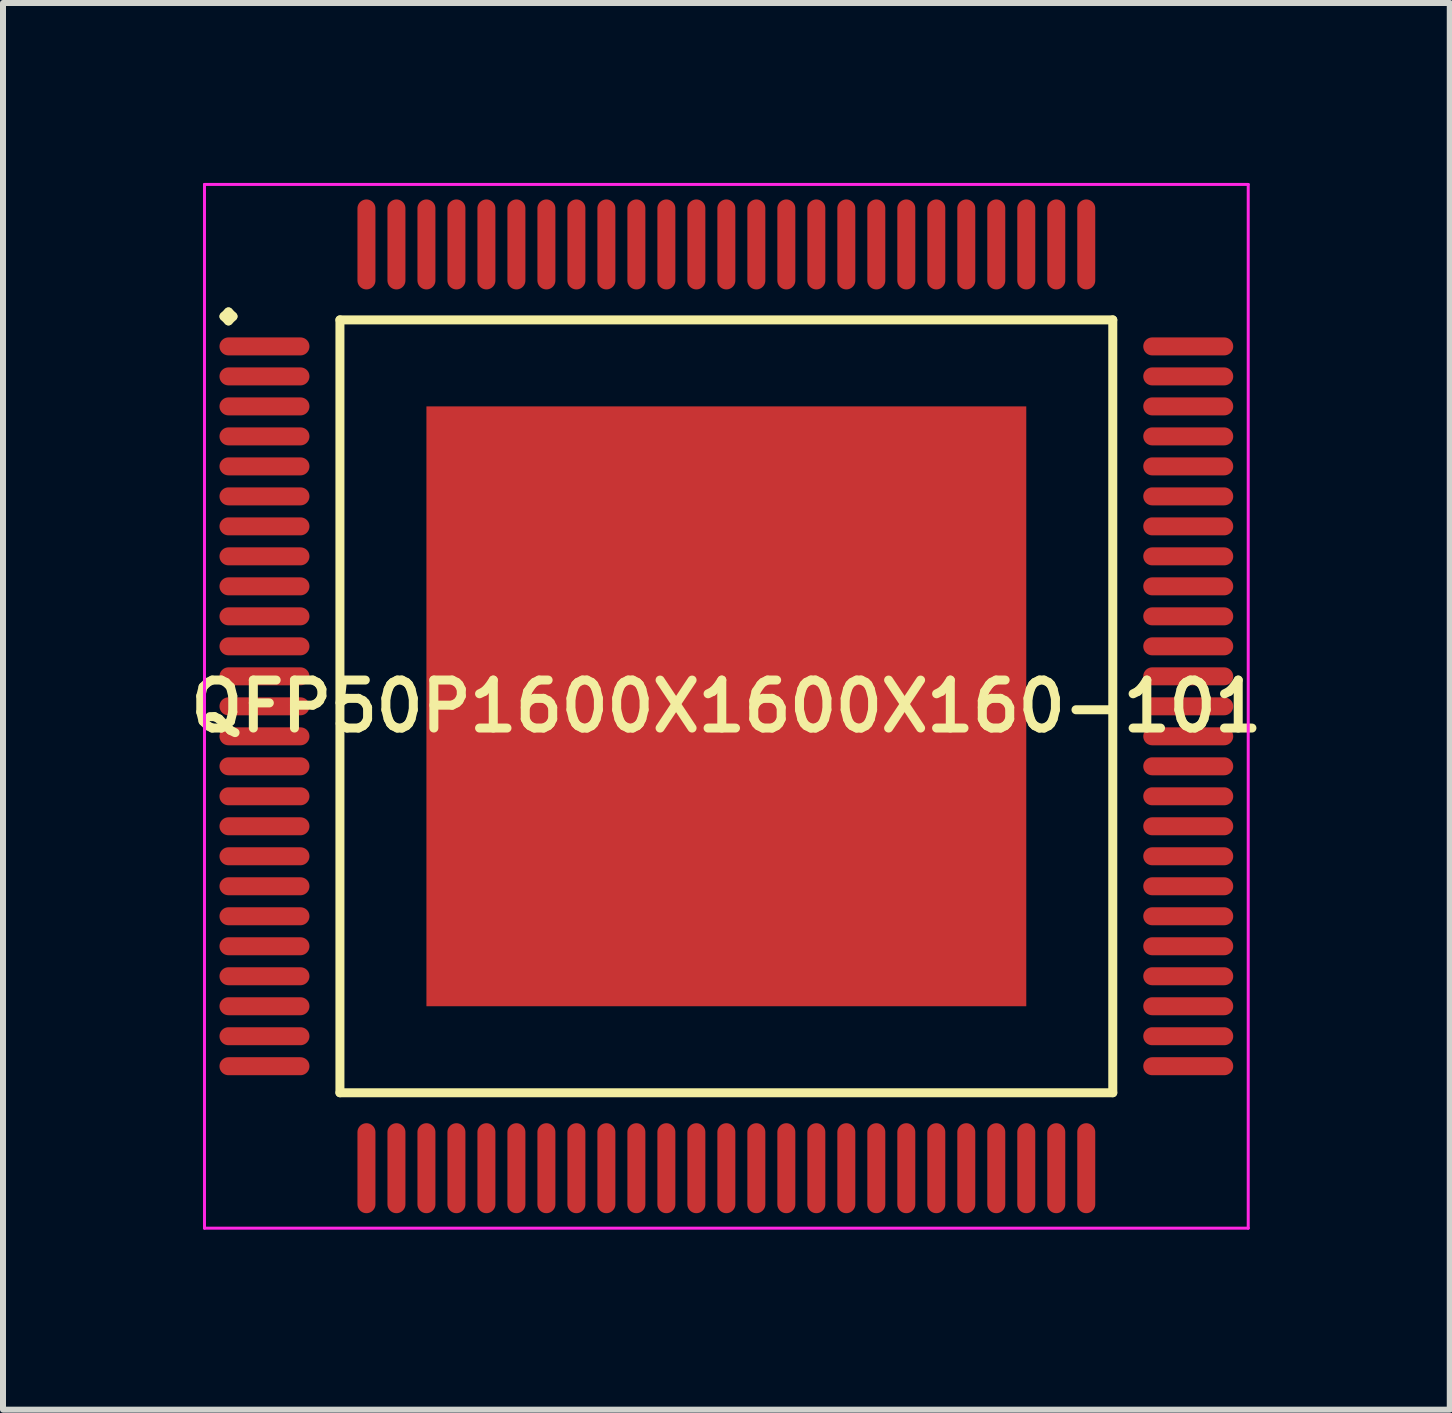
<source format=kicad_pcb>
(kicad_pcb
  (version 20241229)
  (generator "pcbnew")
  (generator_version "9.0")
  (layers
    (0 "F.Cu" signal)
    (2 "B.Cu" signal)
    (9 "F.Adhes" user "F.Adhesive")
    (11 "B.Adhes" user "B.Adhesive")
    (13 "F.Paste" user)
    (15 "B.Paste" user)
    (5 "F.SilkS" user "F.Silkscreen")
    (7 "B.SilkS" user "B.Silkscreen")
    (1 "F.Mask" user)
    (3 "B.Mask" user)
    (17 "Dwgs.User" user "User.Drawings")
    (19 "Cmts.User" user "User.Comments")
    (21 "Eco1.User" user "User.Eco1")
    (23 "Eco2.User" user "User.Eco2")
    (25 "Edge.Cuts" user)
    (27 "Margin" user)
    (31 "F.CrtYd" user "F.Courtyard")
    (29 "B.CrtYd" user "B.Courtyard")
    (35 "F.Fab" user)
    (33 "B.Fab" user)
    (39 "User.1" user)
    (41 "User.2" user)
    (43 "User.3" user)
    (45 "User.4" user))
  (footprint "QFP50P1600X1600X160-101"
    (layer "F.Cu")
    (at 9.059 8.725)
    (property "Reference" "QFP50P1600X1600X160-101" (at 0 0 0) (layer "F.SilkS") (effects (font (size 0.8 0.8) (thickness 0.15))))
    (attr smd)
    (fp_line (start -8.375 -6.5) (end -8.3 -6.575) (stroke (width 0.15) (type solid)) (layer "F.SilkS"))
    (fp_line (start -8.3 -6.575) (end -8.225 -6.5) (stroke (width 0.15) (type solid)) (layer "F.SilkS"))
    (fp_line (start -8.3 -6.425) (end -8.375 -6.5) (stroke (width 0.15) (type solid)) (layer "F.SilkS"))
    (fp_line (start -8.225 -6.5) (end -8.3 -6.425) (stroke (width 0.15) (type solid)) (layer "F.SilkS"))
    (fp_line (start -6.442 -6.442) (end -6.442 6.442) (stroke (width 0.15) (type solid)) (layer "F.SilkS"))
    (fp_line (start -6.442 6.442) (end 6.442 6.442) (stroke (width 0.15) (type solid)) (layer "F.SilkS"))
    (fp_line (start 6.442 -6.442) (end -6.442 -6.442) (stroke (width 0.15) (type solid)) (layer "F.SilkS"))
    (fp_line (start 6.442 6.442) (end 6.442 -6.442) (stroke (width 0.15) (type solid)) (layer "F.SilkS"))
    (fp_line (start -8.7 -8.7) (end 8.7 -8.7) (stroke (width 0.05) (type solid)) (layer "F.CrtYd"))
    (fp_line (start -8.7 8.7) (end -8.7 -8.7) (stroke (width 0.05) (type solid)) (layer "F.CrtYd"))
    (fp_line (start 8.7 -8.7) (end 8.7 8.7) (stroke (width 0.05) (type solid)) (layer "F.CrtYd"))
    (fp_line (start 8.7 8.7) (end -8.7 8.7) (stroke (width 0.05) (type solid)) (layer "F.CrtYd"))
    (pad "1" smd oval (at -7.7 -6) (size 1.5 0.3) (layers "F.Cu" "F.Mask" "F.Paste"))
    (pad "2" smd oval (at -7.7 -5.5) (size 1.5 0.3) (layers "F.Cu" "F.Mask" "F.Paste"))
    (pad "3" smd oval (at -7.7 -5) (size 1.5 0.3) (layers "F.Cu" "F.Mask" "F.Paste"))
    (pad "4" smd oval (at -7.7 -4.5) (size 1.5 0.3) (layers "F.Cu" "F.Mask" "F.Paste"))
    (pad "5" smd oval (at -7.7 -4) (size 1.5 0.3) (layers "F.Cu" "F.Mask" "F.Paste"))
    (pad "6" smd oval (at -7.7 -3.5) (size 1.5 0.3) (layers "F.Cu" "F.Mask" "F.Paste"))
    (pad "7" smd oval (at -7.7 -3) (size 1.5 0.3) (layers "F.Cu" "F.Mask" "F.Paste"))
    (pad "8" smd oval (at -7.7 -2.5) (size 1.5 0.3) (layers "F.Cu" "F.Mask" "F.Paste"))
    (pad "9" smd oval (at -7.7 -2) (size 1.5 0.3) (layers "F.Cu" "F.Mask" "F.Paste"))
    (pad "10" smd oval (at -7.7 -1.5) (size 1.5 0.3) (layers "F.Cu" "F.Mask" "F.Paste"))
    (pad "11" smd oval (at -7.7 -1) (size 1.5 0.3) (layers "F.Cu" "F.Mask" "F.Paste"))
    (pad "12" smd oval (at -7.7 -0.5) (size 1.5 0.3) (layers "F.Cu" "F.Mask" "F.Paste"))
    (pad "13" smd oval (at -7.7 0) (size 1.5 0.3) (layers "F.Cu" "F.Mask" "F.Paste"))
    (pad "14" smd oval (at -7.7 0.5) (size 1.5 0.3) (layers "F.Cu" "F.Mask" "F.Paste"))
    (pad "15" smd oval (at -7.7 1) (size 1.5 0.3) (layers "F.Cu" "F.Mask" "F.Paste"))
    (pad "16" smd oval (at -7.7 1.5) (size 1.5 0.3) (layers "F.Cu" "F.Mask" "F.Paste"))
    (pad "17" smd oval (at -7.7 2) (size 1.5 0.3) (layers "F.Cu" "F.Mask" "F.Paste"))
    (pad "18" smd oval (at -7.7 2.5) (size 1.5 0.3) (layers "F.Cu" "F.Mask" "F.Paste"))
    (pad "19" smd oval (at -7.7 3) (size 1.5 0.3) (layers "F.Cu" "F.Mask" "F.Paste"))
    (pad "20" smd oval (at -7.7 3.5) (size 1.5 0.3) (layers "F.Cu" "F.Mask" "F.Paste"))
    (pad "21" smd oval (at -7.7 4) (size 1.5 0.3) (layers "F.Cu" "F.Mask" "F.Paste"))
    (pad "22" smd oval (at -7.7 4.5) (size 1.5 0.3) (layers "F.Cu" "F.Mask" "F.Paste"))
    (pad "23" smd oval (at -7.7 5) (size 1.5 0.3) (layers "F.Cu" "F.Mask" "F.Paste"))
    (pad "24" smd oval (at -7.7 5.5) (size 1.5 0.3) (layers "F.Cu" "F.Mask" "F.Paste"))
    (pad "25" smd oval (at -7.7 6) (size 1.5 0.3) (layers "F.Cu" "F.Mask" "F.Paste"))
    (pad "26" smd oval (at -6 7.7) (size 0.3 1.5) (layers "F.Cu" "F.Mask" "F.Paste"))
    (pad "27" smd oval (at -5.5 7.7) (size 0.3 1.5) (layers "F.Cu" "F.Mask" "F.Paste"))
    (pad "28" smd oval (at -5 7.7) (size 0.3 1.5) (layers "F.Cu" "F.Mask" "F.Paste"))
    (pad "29" smd oval (at -4.5 7.7) (size 0.3 1.5) (layers "F.Cu" "F.Mask" "F.Paste"))
    (pad "30" smd oval (at -4 7.7) (size 0.3 1.5) (layers "F.Cu" "F.Mask" "F.Paste"))
    (pad "31" smd oval (at -3.5 7.7) (size 0.3 1.5) (layers "F.Cu" "F.Mask" "F.Paste"))
    (pad "32" smd oval (at -3 7.7) (size 0.3 1.5) (layers "F.Cu" "F.Mask" "F.Paste"))
    (pad "33" smd oval (at -2.5 7.7) (size 0.3 1.5) (layers "F.Cu" "F.Mask" "F.Paste"))
    (pad "34" smd oval (at -2 7.7) (size 0.3 1.5) (layers "F.Cu" "F.Mask" "F.Paste"))
    (pad "35" smd oval (at -1.5 7.7) (size 0.3 1.5) (layers "F.Cu" "F.Mask" "F.Paste"))
    (pad "36" smd oval (at -1 7.7) (size 0.3 1.5) (layers "F.Cu" "F.Mask" "F.Paste"))
    (pad "37" smd oval (at -0.5 7.7) (size 0.3 1.5) (layers "F.Cu" "F.Mask" "F.Paste"))
    (pad "38" smd oval (at 0 7.7) (size 0.3 1.5) (layers "F.Cu" "F.Mask" "F.Paste"))
    (pad "39" smd oval (at 0.5 7.7) (size 0.3 1.5) (layers "F.Cu" "F.Mask" "F.Paste"))
    (pad "40" smd oval (at 1 7.7) (size 0.3 1.5) (layers "F.Cu" "F.Mask" "F.Paste"))
    (pad "41" smd oval (at 1.5 7.7) (size 0.3 1.5) (layers "F.Cu" "F.Mask" "F.Paste"))
    (pad "42" smd oval (at 2 7.7) (size 0.3 1.5) (layers "F.Cu" "F.Mask" "F.Paste"))
    (pad "43" smd oval (at 2.5 7.7) (size 0.3 1.5) (layers "F.Cu" "F.Mask" "F.Paste"))
    (pad "44" smd oval (at 3 7.7) (size 0.3 1.5) (layers "F.Cu" "F.Mask" "F.Paste"))
    (pad "45" smd oval (at 3.5 7.7) (size 0.3 1.5) (layers "F.Cu" "F.Mask" "F.Paste"))
    (pad "46" smd oval (at 4 7.7) (size 0.3 1.5) (layers "F.Cu" "F.Mask" "F.Paste"))
    (pad "47" smd oval (at 4.5 7.7) (size 0.3 1.5) (layers "F.Cu" "F.Mask" "F.Paste"))
    (pad "48" smd oval (at 5 7.7) (size 0.3 1.5) (layers "F.Cu" "F.Mask" "F.Paste"))
    (pad "49" smd oval (at 5.5 7.7) (size 0.3 1.5) (layers "F.Cu" "F.Mask" "F.Paste"))
    (pad "50" smd oval (at 6 7.7) (size 0.3 1.5) (layers "F.Cu" "F.Mask" "F.Paste"))
    (pad "51" smd oval (at 7.7 6) (size 1.5 0.3) (layers "F.Cu" "F.Mask" "F.Paste"))
    (pad "52" smd oval (at 7.7 5.5) (size 1.5 0.3) (layers "F.Cu" "F.Mask" "F.Paste"))
    (pad "53" smd oval (at 7.7 5) (size 1.5 0.3) (layers "F.Cu" "F.Mask" "F.Paste"))
    (pad "54" smd oval (at 7.7 4.5) (size 1.5 0.3) (layers "F.Cu" "F.Mask" "F.Paste"))
    (pad "55" smd oval (at 7.7 4) (size 1.5 0.3) (layers "F.Cu" "F.Mask" "F.Paste"))
    (pad "56" smd oval (at 7.7 3.5) (size 1.5 0.3) (layers "F.Cu" "F.Mask" "F.Paste"))
    (pad "57" smd oval (at 7.7 3) (size 1.5 0.3) (layers "F.Cu" "F.Mask" "F.Paste"))
    (pad "58" smd oval (at 7.7 2.5) (size 1.5 0.3) (layers "F.Cu" "F.Mask" "F.Paste"))
    (pad "59" smd oval (at 7.7 2) (size 1.5 0.3) (layers "F.Cu" "F.Mask" "F.Paste"))
    (pad "60" smd oval (at 7.7 1.5) (size 1.5 0.3) (layers "F.Cu" "F.Mask" "F.Paste"))
    (pad "61" smd oval (at 7.7 1) (size 1.5 0.3) (layers "F.Cu" "F.Mask" "F.Paste"))
    (pad "62" smd oval (at 7.7 0.5) (size 1.5 0.3) (layers "F.Cu" "F.Mask" "F.Paste"))
    (pad "63" smd oval (at 7.7 0) (size 1.5 0.3) (layers "F.Cu" "F.Mask" "F.Paste"))
    (pad "64" smd oval (at 7.7 -0.5) (size 1.5 0.3) (layers "F.Cu" "F.Mask" "F.Paste"))
    (pad "65" smd oval (at 7.7 -1) (size 1.5 0.3) (layers "F.Cu" "F.Mask" "F.Paste"))
    (pad "66" smd oval (at 7.7 -1.5) (size 1.5 0.3) (layers "F.Cu" "F.Mask" "F.Paste"))
    (pad "67" smd oval (at 7.7 -2) (size 1.5 0.3) (layers "F.Cu" "F.Mask" "F.Paste"))
    (pad "68" smd oval (at 7.7 -2.5) (size 1.5 0.3) (layers "F.Cu" "F.Mask" "F.Paste"))
    (pad "69" smd oval (at 7.7 -3) (size 1.5 0.3) (layers "F.Cu" "F.Mask" "F.Paste"))
    (pad "70" smd oval (at 7.7 -3.5) (size 1.5 0.3) (layers "F.Cu" "F.Mask" "F.Paste"))
    (pad "71" smd oval (at 7.7 -4) (size 1.5 0.3) (layers "F.Cu" "F.Mask" "F.Paste"))
    (pad "72" smd oval (at 7.7 -4.5) (size 1.5 0.3) (layers "F.Cu" "F.Mask" "F.Paste"))
    (pad "73" smd oval (at 7.7 -5) (size 1.5 0.3) (layers "F.Cu" "F.Mask" "F.Paste"))
    (pad "74" smd oval (at 7.7 -5.5) (size 1.5 0.3) (layers "F.Cu" "F.Mask" "F.Paste"))
    (pad "75" smd oval (at 7.7 -6) (size 1.5 0.3) (layers "F.Cu" "F.Mask" "F.Paste"))
    (pad "76" smd oval (at 6 -7.7) (size 0.3 1.5) (layers "F.Cu" "F.Mask" "F.Paste"))
    (pad "77" smd oval (at 5.5 -7.7) (size 0.3 1.5) (layers "F.Cu" "F.Mask" "F.Paste"))
    (pad "78" smd oval (at 5 -7.7) (size 0.3 1.5) (layers "F.Cu" "F.Mask" "F.Paste"))
    (pad "79" smd oval (at 4.5 -7.7) (size 0.3 1.5) (layers "F.Cu" "F.Mask" "F.Paste"))
    (pad "80" smd oval (at 4 -7.7) (size 0.3 1.5) (layers "F.Cu" "F.Mask" "F.Paste"))
    (pad "81" smd oval (at 3.5 -7.7) (size 0.3 1.5) (layers "F.Cu" "F.Mask" "F.Paste"))
    (pad "82" smd oval (at 3 -7.7) (size 0.3 1.5) (layers "F.Cu" "F.Mask" "F.Paste"))
    (pad "83" smd oval (at 2.5 -7.7) (size 0.3 1.5) (layers "F.Cu" "F.Mask" "F.Paste"))
    (pad "84" smd oval (at 2 -7.7) (size 0.3 1.5) (layers "F.Cu" "F.Mask" "F.Paste"))
    (pad "85" smd oval (at 1.5 -7.7) (size 0.3 1.5) (layers "F.Cu" "F.Mask" "F.Paste"))
    (pad "86" smd oval (at 1 -7.7) (size 0.3 1.5) (layers "F.Cu" "F.Mask" "F.Paste"))
    (pad "87" smd oval (at 0.5 -7.7) (size 0.3 1.5) (layers "F.Cu" "F.Mask" "F.Paste"))
    (pad "88" smd oval (at 0 -7.7) (size 0.3 1.5) (layers "F.Cu" "F.Mask" "F.Paste"))
    (pad "89" smd oval (at -0.5 -7.7) (size 0.3 1.5) (layers "F.Cu" "F.Mask" "F.Paste"))
    (pad "90" smd oval (at -1 -7.7) (size 0.3 1.5) (layers "F.Cu" "F.Mask" "F.Paste"))
    (pad "91" smd oval (at -1.5 -7.7) (size 0.3 1.5) (layers "F.Cu" "F.Mask" "F.Paste"))
    (pad "92" smd oval (at -2 -7.7) (size 0.3 1.5) (layers "F.Cu" "F.Mask" "F.Paste"))
    (pad "93" smd oval (at -2.5 -7.7) (size 0.3 1.5) (layers "F.Cu" "F.Mask" "F.Paste"))
    (pad "94" smd oval (at -3 -7.7) (size 0.3 1.5) (layers "F.Cu" "F.Mask" "F.Paste"))
    (pad "95" smd oval (at -3.5 -7.7) (size 0.3 1.5) (layers "F.Cu" "F.Mask" "F.Paste"))
    (pad "96" smd oval (at -4 -7.7) (size 0.3 1.5) (layers "F.Cu" "F.Mask" "F.Paste"))
    (pad "97" smd oval (at -4.5 -7.7) (size 0.3 1.5) (layers "F.Cu" "F.Mask" "F.Paste"))
    (pad "98" smd oval (at -5 -7.7) (size 0.3 1.5) (layers "F.Cu" "F.Mask" "F.Paste"))
    (pad "99" smd oval (at -5.5 -7.7) (size 0.3 1.5) (layers "F.Cu" "F.Mask" "F.Paste"))
    (pad "100" smd oval (at -6 -7.7) (size 0.3 1.5) (layers "F.Cu" "F.Mask" "F.Paste"))
    (pad "101" smd rect (at 0 0) (size 10 10) (layers "F.Cu" "F.Mask" "F.Paste")))
  (gr_rect
    (start -3 -3)
    (end 21.119 20.45)
    (stroke (width 0.1) (type default))
    (fill no)
    (layer "Edge.Cuts")))
</source>
